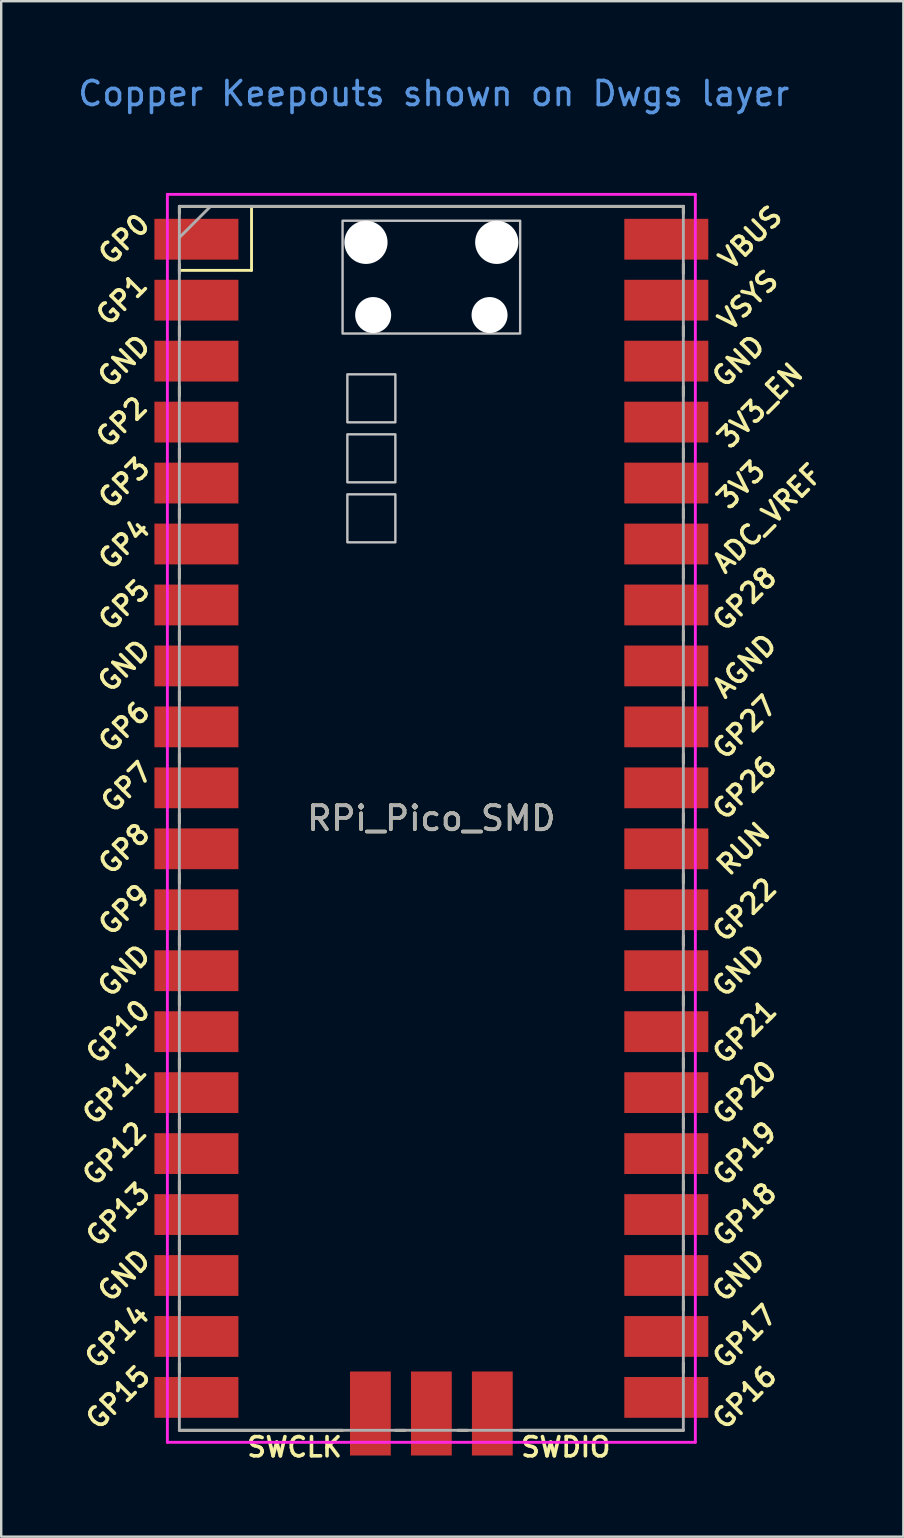
<source format=kicad_pcb>
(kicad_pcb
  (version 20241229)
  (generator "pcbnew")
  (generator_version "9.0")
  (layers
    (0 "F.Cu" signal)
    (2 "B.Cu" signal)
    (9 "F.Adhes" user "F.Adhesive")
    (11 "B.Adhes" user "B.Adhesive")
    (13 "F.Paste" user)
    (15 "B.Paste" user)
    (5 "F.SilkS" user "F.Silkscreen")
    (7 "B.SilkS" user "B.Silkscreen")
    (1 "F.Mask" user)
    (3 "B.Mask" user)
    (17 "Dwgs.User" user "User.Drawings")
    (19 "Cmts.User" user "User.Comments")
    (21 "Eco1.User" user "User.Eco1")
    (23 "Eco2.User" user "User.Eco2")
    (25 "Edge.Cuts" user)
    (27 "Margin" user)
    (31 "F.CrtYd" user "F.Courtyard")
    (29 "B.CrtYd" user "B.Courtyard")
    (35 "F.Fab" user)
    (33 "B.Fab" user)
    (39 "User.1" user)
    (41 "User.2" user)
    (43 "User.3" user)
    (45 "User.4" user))
  (footprint "RPi_Pico_SMD"
    (layer "F.Cu")
    (at 14.924 31.048)
    (property "Reference" "RPi_Pico_SMD" (at 0 0 0) (layer "F.SilkS") (effects (font (size 1 1) (thickness 0.15))))
    (attr through_hole)
    (fp_line (start -10.5 -25.5) (end -10.5 -25.2) (stroke (width 0.12) (type solid)) (layer "F.SilkS"))
    (fp_line (start -10.5 -25.5) (end 10.5 -25.5) (stroke (width 0.12) (type solid)) (layer "F.SilkS"))
    (fp_line (start -10.5 -23.1) (end -10.5 -22.7) (stroke (width 0.12) (type solid)) (layer "F.SilkS"))
    (fp_line (start -10.5 -22.833) (end -7.493 -22.833) (stroke (width 0.12) (type solid)) (layer "F.SilkS"))
    (fp_line (start -10.5 -20.5) (end -10.5 -20.1) (stroke (width 0.12) (type solid)) (layer "F.SilkS"))
    (fp_line (start -10.5 -18) (end -10.5 -17.6) (stroke (width 0.12) (type solid)) (layer "F.SilkS"))
    (fp_line (start -10.5 -15.4) (end -10.5 -15) (stroke (width 0.12) (type solid)) (layer "F.SilkS"))
    (fp_line (start -10.5 -12.9) (end -10.5 -12.5) (stroke (width 0.12) (type solid)) (layer "F.SilkS"))
    (fp_line (start -10.5 -10.4) (end -10.5 -10) (stroke (width 0.12) (type solid)) (layer "F.SilkS"))
    (fp_line (start -10.5 -7.8) (end -10.5 -7.4) (stroke (width 0.12) (type solid)) (layer "F.SilkS"))
    (fp_line (start -10.5 -5.3) (end -10.5 -4.9) (stroke (width 0.12) (type solid)) (layer "F.SilkS"))
    (fp_line (start -10.5 -2.7) (end -10.5 -2.3) (stroke (width 0.12) (type solid)) (layer "F.SilkS"))
    (fp_line (start -10.5 -0.2) (end -10.5 0.2) (stroke (width 0.12) (type solid)) (layer "F.SilkS"))
    (fp_line (start -10.5 2.3) (end -10.5 2.7) (stroke (width 0.12) (type solid)) (layer "F.SilkS"))
    (fp_line (start -10.5 4.9) (end -10.5 5.3) (stroke (width 0.12) (type solid)) (layer "F.SilkS"))
    (fp_line (start -10.5 7.4) (end -10.5 7.8) (stroke (width 0.12) (type solid)) (layer "F.SilkS"))
    (fp_line (start -10.5 10) (end -10.5 10.4) (stroke (width 0.12) (type solid)) (layer "F.SilkS"))
    (fp_line (start -10.5 12.5) (end -10.5 12.9) (stroke (width 0.12) (type solid)) (layer "F.SilkS"))
    (fp_line (start -10.5 15.1) (end -10.5 15.5) (stroke (width 0.12) (type solid)) (layer "F.SilkS"))
    (fp_line (start -10.5 17.6) (end -10.5 18) (stroke (width 0.12) (type solid)) (layer "F.SilkS"))
    (fp_line (start -10.5 20.1) (end -10.5 20.5) (stroke (width 0.12) (type solid)) (layer "F.SilkS"))
    (fp_line (start -10.5 22.7) (end -10.5 23.1) (stroke (width 0.12) (type solid)) (layer "F.SilkS"))
    (fp_line (start -7.493 -22.833) (end -7.493 -25.5) (stroke (width 0.12) (type solid)) (layer "F.SilkS"))
    (fp_line (start -3.7 25.5) (end -10.5 25.5) (stroke (width 0.12) (type solid)) (layer "F.SilkS"))
    (fp_line (start -1.5 25.5) (end -1.1 25.5) (stroke (width 0.12) (type solid)) (layer "F.SilkS"))
    (fp_line (start 1.1 25.5) (end 1.5 25.5) (stroke (width 0.12) (type solid)) (layer "F.SilkS"))
    (fp_line (start 10.5 -25.5) (end 10.5 -25.2) (stroke (width 0.12) (type solid)) (layer "F.SilkS"))
    (fp_line (start 10.5 -23.1) (end 10.5 -22.7) (stroke (width 0.12) (type solid)) (layer "F.SilkS"))
    (fp_line (start 10.5 -20.5) (end 10.5 -20.1) (stroke (width 0.12) (type solid)) (layer "F.SilkS"))
    (fp_line (start 10.5 -18) (end 10.5 -17.6) (stroke (width 0.12) (type solid)) (layer "F.SilkS"))
    (fp_line (start 10.5 -15.4) (end 10.5 -15) (stroke (width 0.12) (type solid)) (layer "F.SilkS"))
    (fp_line (start 10.5 -12.9) (end 10.5 -12.5) (stroke (width 0.12) (type solid)) (layer "F.SilkS"))
    (fp_line (start 10.5 -10.4) (end 10.5 -10) (stroke (width 0.12) (type solid)) (layer "F.SilkS"))
    (fp_line (start 10.5 -7.8) (end 10.5 -7.4) (stroke (width 0.12) (type solid)) (layer "F.SilkS"))
    (fp_line (start 10.5 -5.3) (end 10.5 -4.9) (stroke (width 0.12) (type solid)) (layer "F.SilkS"))
    (fp_line (start 10.5 -2.7) (end 10.5 -2.3) (stroke (width 0.12) (type solid)) (layer "F.SilkS"))
    (fp_line (start 10.5 -0.2) (end 10.5 0.2) (stroke (width 0.12) (type solid)) (layer "F.SilkS"))
    (fp_line (start 10.5 2.3) (end 10.5 2.7) (stroke (width 0.12) (type solid)) (layer "F.SilkS"))
    (fp_line (start 10.5 4.9) (end 10.5 5.3) (stroke (width 0.12) (type solid)) (layer "F.SilkS"))
    (fp_line (start 10.5 7.4) (end 10.5 7.8) (stroke (width 0.12) (type solid)) (layer "F.SilkS"))
    (fp_line (start 10.5 10) (end 10.5 10.4) (stroke (width 0.12) (type solid)) (layer "F.SilkS"))
    (fp_line (start 10.5 12.5) (end 10.5 12.9) (stroke (width 0.12) (type solid)) (layer "F.SilkS"))
    (fp_line (start 10.5 15.1) (end 10.5 15.5) (stroke (width 0.12) (type solid)) (layer "F.SilkS"))
    (fp_line (start 10.5 17.6) (end 10.5 18) (stroke (width 0.12) (type solid)) (layer "F.SilkS"))
    (fp_line (start 10.5 20.1) (end 10.5 20.5) (stroke (width 0.12) (type solid)) (layer "F.SilkS"))
    (fp_line (start 10.5 22.7) (end 10.5 23.1) (stroke (width 0.12) (type solid)) (layer "F.SilkS"))
    (fp_line (start 10.5 25.5) (end 3.7 25.5) (stroke (width 0.12) (type solid)) (layer "F.SilkS"))
    (fp_poly (pts (xy -1.5 -16.5) (xy -3.5 -16.5) (xy -3.5 -18.5) (xy -1.5 -18.5)) (stroke (width 0.1) (type solid)) (fill no) (layer "Dwgs.User"))
    (fp_poly (pts (xy -1.5 -14) (xy -3.5 -14) (xy -3.5 -16) (xy -1.5 -16)) (stroke (width 0.1) (type solid)) (fill no) (layer "Dwgs.User"))
    (fp_poly (pts (xy -1.5 -11.5) (xy -3.5 -11.5) (xy -3.5 -13.5) (xy -1.5 -13.5)) (stroke (width 0.1) (type solid)) (fill no) (layer "Dwgs.User"))
    (fp_poly (pts (xy 3.7 -20.2) (xy -3.7 -20.2) (xy -3.7 -24.9) (xy 3.7 -24.9)) (stroke (width 0.1) (type solid)) (fill no) (layer "Dwgs.User"))
    (fp_line (start -11 -26) (end 11 -26) (stroke (width 0.12) (type solid)) (layer "F.CrtYd"))
    (fp_line (start -11 26) (end -11 -26) (stroke (width 0.12) (type solid)) (layer "F.CrtYd"))
    (fp_line (start 11 -26) (end 11 26) (stroke (width 0.12) (type solid)) (layer "F.CrtYd"))
    (fp_line (start 11 26) (end -11 26) (stroke (width 0.12) (type solid)) (layer "F.CrtYd"))
    (fp_line (start -10.5 -25.5) (end 10.5 -25.5) (stroke (width 0.12) (type solid)) (layer "F.Fab"))
    (fp_line (start -10.5 -24.2) (end -9.2 -25.5) (stroke (width 0.12) (type solid)) (layer "F.Fab"))
    (fp_line (start -10.5 25.5) (end -10.5 -25.5) (stroke (width 0.12) (type solid)) (layer "F.Fab"))
    (fp_line (start 10.5 -25.5) (end 10.5 25.5) (stroke (width 0.12) (type solid)) (layer "F.Fab"))
    (fp_line (start 10.5 25.5) (end -10.5 25.5) (stroke (width 0.12) (type solid)) (layer "F.Fab"))
    (fp_text user "GP8" (at -12.8 1.27 45) (layer "F.SilkS") (effects (font (size 0.8 0.8) (thickness 0.15))))
    (fp_text user "GP0" (at -12.8 -24.13 45) (layer "F.SilkS") (effects (font (size 0.8 0.8) (thickness 0.15))))
    (fp_text user "AGND" (at 13.054 -6.35 45) (layer "F.SilkS") (effects (font (size 0.8 0.8) (thickness 0.15))))
    (fp_text user "GP19" (at 13.054 13.97 45) (layer "F.SilkS") (effects (font (size 0.8 0.8) (thickness 0.15))))
    (fp_text user "GP15" (at -13.054 24.13 45) (layer "F.SilkS") (effects (font (size 0.8 0.8) (thickness 0.15))))
    (fp_text user "GP9" (at -12.8 3.81 45) (layer "F.SilkS") (effects (font (size 0.8 0.8) (thickness 0.15))))
    (fp_text user "GP26" (at 13.054 -1.27 45) (layer "F.SilkS") (effects (font (size 0.8 0.8) (thickness 0.15))))
    (fp_text user "GND" (at -12.8 6.35 45) (layer "F.SilkS") (effects (font (size 0.8 0.8) (thickness 0.15))))
    (fp_text user "VSYS" (at 13.2 -21.59 45) (layer "F.SilkS") (effects (font (size 0.8 0.8) (thickness 0.15))))
    (fp_text user "RUN" (at 13 1.27 45) (layer "F.SilkS") (effects (font (size 0.8 0.8) (thickness 0.15))))
    (fp_text user "GP11" (at -13.2 11.43 45) (layer "F.SilkS") (effects (font (size 0.8 0.8) (thickness 0.15))))
    (fp_text user "GP6" (at -12.8 -3.81 45) (layer "F.SilkS") (effects (font (size 0.8 0.8) (thickness 0.15))))
    (fp_text user "GP17" (at 13.054 21.59 45) (layer "F.SilkS") (effects (font (size 0.8 0.8) (thickness 0.15))))
    (fp_text user "GND" (at -12.8 -19.05 45) (layer "F.SilkS") (effects (font (size 0.8 0.8) (thickness 0.15))))
    (fp_text user "3V3_EN" (at 13.7 -17.2 45) (layer "F.SilkS") (effects (font (size 0.8 0.8) (thickness 0.15))))
    (fp_text user "GP3" (at -12.8 -13.97 45) (layer "F.SilkS") (effects (font (size 0.8 0.8) (thickness 0.15))))
    (fp_text user "SWDIO" (at 5.6 26.2 0) (layer "F.SilkS") (effects (font (size 0.8 0.8) (thickness 0.15))))
    (fp_text user "GP4" (at -12.8 -11.43 45) (layer "F.SilkS") (effects (font (size 0.8 0.8) (thickness 0.15))))
    (fp_text user "GP7" (at -12.7 -1.3 45) (layer "F.SilkS") (effects (font (size 0.8 0.8) (thickness 0.15))))
    (fp_text user "GP22" (at 13.054 3.81 45) (layer "F.SilkS") (effects (font (size 0.8 0.8) (thickness 0.15))))
    (fp_text user "GP18" (at 13.054 16.51 45) (layer "F.SilkS") (effects (font (size 0.8 0.8) (thickness 0.15))))
    (fp_text user "GP10" (at -13.054 8.89 45) (layer "F.SilkS") (effects (font (size 0.8 0.8) (thickness 0.15))))
    (fp_text user "GP12" (at -13.2 13.97 45) (layer "F.SilkS") (effects (font (size 0.8 0.8) (thickness 0.15))))
    (fp_text user "GP28" (at 13.054 -9.144 45) (layer "F.SilkS") (effects (font (size 0.8 0.8) (thickness 0.15))))
    (fp_text user "GND" (at -12.8 -6.35 45) (layer "F.SilkS") (effects (font (size 0.8 0.8) (thickness 0.15))))
    (fp_text user "GP2" (at -12.9 -16.51 45) (layer "F.SilkS") (effects (font (size 0.8 0.8) (thickness 0.15))))
    (fp_text user "GP1" (at -12.9 -21.6 45) (layer "F.SilkS") (effects (font (size 0.8 0.8) (thickness 0.15))))
    (fp_text user "ADC_VREF" (at 14 -12.5 45) (layer "F.SilkS") (effects (font (size 0.8 0.8) (thickness 0.15))))
    (fp_text user "GND" (at -12.8 19.05 45) (layer "F.SilkS") (effects (font (size 0.8 0.8) (thickness 0.15))))
    (fp_text user "GND" (at 12.8 19.05 45) (layer "F.SilkS") (effects (font (size 0.8 0.8) (thickness 0.15))))
    (fp_text user "GP20" (at 13.054 11.43 45) (layer "F.SilkS") (effects (font (size 0.8 0.8) (thickness 0.15))))
    (fp_text user "GND" (at 12.8 6.35 45) (layer "F.SilkS") (effects (font (size 0.8 0.8) (thickness 0.15))))
    (fp_text user "VBUS" (at 13.3 -24.2 45) (layer "F.SilkS") (effects (font (size 0.8 0.8) (thickness 0.15))))
    (fp_text user "GP13" (at -13.054 16.51 45) (layer "F.SilkS") (effects (font (size 0.8 0.8) (thickness 0.15))))
    (fp_text user "GP5" (at -12.8 -8.89 45) (layer "F.SilkS") (effects (font (size 0.8 0.8) (thickness 0.15))))
    (fp_text user "SWCLK" (at -5.7 26.2 0) (layer "F.SilkS") (effects (font (size 0.8 0.8) (thickness 0.15))))
    (fp_text user "GP27" (at 13.054 -3.8 45) (layer "F.SilkS") (effects (font (size 0.8 0.8) (thickness 0.15))))
    (fp_text user "GP16" (at 13.054 24.13 45) (layer "F.SilkS") (effects (font (size 0.8 0.8) (thickness 0.15))))
    (fp_text user "3V3" (at 12.9 -13.9 45) (layer "F.SilkS") (effects (font (size 0.8 0.8) (thickness 0.15))))
    (fp_text user "GP14" (at -13.1 21.59 45) (layer "F.SilkS") (effects (font (size 0.8 0.8) (thickness 0.15))))
    (fp_text user "GND" (at 12.8 -19.05 45) (layer "F.SilkS") (effects (font (size 0.8 0.8) (thickness 0.15))))
    (fp_text user "GP21" (at 13.054 8.9 45) (layer "F.SilkS") (effects (font (size 0.8 0.8) (thickness 0.15))))
    (fp_text user "Copper Keepouts shown on Dwgs layer" (at 0.1 -30.2 0) (layer "Cmts.User") (effects (font (size 1 1) (thickness 0.15))))
    (fp_text user "${REFERENCE}" (at 0 0 180) (layer "F.Fab") (effects (font (size 1 1) (thickness 0.15))))
    (pad "" np_thru_hole oval (at -2.725 -24) (size 1.8 1.8) (drill 1.8) (layers "*.Cu" "*.Mask"))
    (pad "" np_thru_hole oval (at -2.425 -20.97) (size 1.5 1.5) (drill 1.5) (layers "*.Cu" "*.Mask"))
    (pad "" np_thru_hole oval (at 2.425 -20.97) (size 1.5 1.5) (drill 1.5) (layers "*.Cu" "*.Mask"))
    (pad "" np_thru_hole oval (at 2.725 -24) (size 1.8 1.8) (drill 1.8) (layers "*.Cu" "*.Mask"))
    (pad "1" smd rect (at -8.89 -24.13) (size 3.5 1.7) (drill (offset -0.9 0)) (layers "F.Cu" "F.Mask" "F.Paste"))
    (pad "2" smd rect (at -8.89 -21.59) (size 3.5 1.7) (drill (offset -0.9 0)) (layers "F.Cu" "F.Mask" "F.Paste"))
    (pad "3" smd rect (at -8.89 -19.05) (size 3.5 1.7) (drill (offset -0.9 0)) (layers "F.Cu" "F.Mask" "F.Paste"))
    (pad "4" smd rect (at -8.89 -16.51) (size 3.5 1.7) (drill (offset -0.9 0)) (layers "F.Cu" "F.Mask" "F.Paste"))
    (pad "5" smd rect (at -8.89 -13.97) (size 3.5 1.7) (drill (offset -0.9 0)) (layers "F.Cu" "F.Mask" "F.Paste"))
    (pad "6" smd rect (at -8.89 -11.43) (size 3.5 1.7) (drill (offset -0.9 0)) (layers "F.Cu" "F.Mask" "F.Paste"))
    (pad "7" smd rect (at -8.89 -8.89) (size 3.5 1.7) (drill (offset -0.9 0)) (layers "F.Cu" "F.Mask" "F.Paste"))
    (pad "8" smd rect (at -8.89 -6.35) (size 3.5 1.7) (drill (offset -0.9 0)) (layers "F.Cu" "F.Mask" "F.Paste"))
    (pad "9" smd rect (at -8.89 -3.81) (size 3.5 1.7) (drill (offset -0.9 0)) (layers "F.Cu" "F.Mask" "F.Paste"))
    (pad "10" smd rect (at -8.89 -1.27) (size 3.5 1.7) (drill (offset -0.9 0)) (layers "F.Cu" "F.Mask" "F.Paste"))
    (pad "11" smd rect (at -8.89 1.27) (size 3.5 1.7) (drill (offset -0.9 0)) (layers "F.Cu" "F.Mask" "F.Paste"))
    (pad "12" smd rect (at -8.89 3.81) (size 3.5 1.7) (drill (offset -0.9 0)) (layers "F.Cu" "F.Mask" "F.Paste"))
    (pad "13" smd rect (at -8.89 6.35) (size 3.5 1.7) (drill (offset -0.9 0)) (layers "F.Cu" "F.Mask" "F.Paste"))
    (pad "14" smd rect (at -8.89 8.89) (size 3.5 1.7) (drill (offset -0.9 0)) (layers "F.Cu" "F.Mask" "F.Paste"))
    (pad "15" smd rect (at -8.89 11.43) (size 3.5 1.7) (drill (offset -0.9 0)) (layers "F.Cu" "F.Mask" "F.Paste"))
    (pad "16" smd rect (at -8.89 13.97) (size 3.5 1.7) (drill (offset -0.9 0)) (layers "F.Cu" "F.Mask" "F.Paste"))
    (pad "17" smd rect (at -8.89 16.51) (size 3.5 1.7) (drill (offset -0.9 0)) (layers "F.Cu" "F.Mask" "F.Paste"))
    (pad "18" smd rect (at -8.89 19.05) (size 3.5 1.7) (drill (offset -0.9 0)) (layers "F.Cu" "F.Mask" "F.Paste"))
    (pad "19" smd rect (at -8.89 21.59) (size 3.5 1.7) (drill (offset -0.9 0)) (layers "F.Cu" "F.Mask" "F.Paste"))
    (pad "20" smd rect (at -8.89 24.13) (size 3.5 1.7) (drill (offset -0.9 0)) (layers "F.Cu" "F.Mask" "F.Paste"))
    (pad "21" smd rect (at 8.89 24.13) (size 3.5 1.7) (drill (offset 0.9 0)) (layers "F.Cu" "F.Mask" "F.Paste"))
    (pad "22" smd rect (at 8.89 21.59) (size 3.5 1.7) (drill (offset 0.9 0)) (layers "F.Cu" "F.Mask" "F.Paste"))
    (pad "23" smd rect (at 8.89 19.05) (size 3.5 1.7) (drill (offset 0.9 0)) (layers "F.Cu" "F.Mask" "F.Paste"))
    (pad "24" smd rect (at 8.89 16.51) (size 3.5 1.7) (drill (offset 0.9 0)) (layers "F.Cu" "F.Mask" "F.Paste"))
    (pad "25" smd rect (at 8.89 13.97) (size 3.5 1.7) (drill (offset 0.9 0)) (layers "F.Cu" "F.Mask" "F.Paste"))
    (pad "26" smd rect (at 8.89 11.43) (size 3.5 1.7) (drill (offset 0.9 0)) (layers "F.Cu" "F.Mask" "F.Paste"))
    (pad "27" smd rect (at 8.89 8.89) (size 3.5 1.7) (drill (offset 0.9 0)) (layers "F.Cu" "F.Mask" "F.Paste"))
    (pad "28" smd rect (at 8.89 6.35) (size 3.5 1.7) (drill (offset 0.9 0)) (layers "F.Cu" "F.Mask" "F.Paste"))
    (pad "29" smd rect (at 8.89 3.81) (size 3.5 1.7) (drill (offset 0.9 0)) (layers "F.Cu" "F.Mask" "F.Paste"))
    (pad "30" smd rect (at 8.89 1.27) (size 3.5 1.7) (drill (offset 0.9 0)) (layers "F.Cu" "F.Mask" "F.Paste"))
    (pad "31" smd rect (at 8.89 -1.27) (size 3.5 1.7) (drill (offset 0.9 0)) (layers "F.Cu" "F.Mask" "F.Paste"))
    (pad "32" smd rect (at 8.89 -3.81) (size 3.5 1.7) (drill (offset 0.9 0)) (layers "F.Cu" "F.Mask" "F.Paste"))
    (pad "33" smd rect (at 8.89 -6.35) (size 3.5 1.7) (drill (offset 0.9 0)) (layers "F.Cu" "F.Mask" "F.Paste"))
    (pad "34" smd rect (at 8.89 -8.89) (size 3.5 1.7) (drill (offset 0.9 0)) (layers "F.Cu" "F.Mask" "F.Paste"))
    (pad "35" smd rect (at 8.89 -11.43) (size 3.5 1.7) (drill (offset 0.9 0)) (layers "F.Cu" "F.Mask" "F.Paste"))
    (pad "36" smd rect (at 8.89 -13.97) (size 3.5 1.7) (drill (offset 0.9 0)) (layers "F.Cu" "F.Mask" "F.Paste"))
    (pad "37" smd rect (at 8.89 -16.51) (size 3.5 1.7) (drill (offset 0.9 0)) (layers "F.Cu" "F.Mask" "F.Paste"))
    (pad "38" smd rect (at 8.89 -19.05) (size 3.5 1.7) (drill (offset 0.9 0)) (layers "F.Cu" "F.Mask" "F.Paste"))
    (pad "39" smd rect (at 8.89 -21.59) (size 3.5 1.7) (drill (offset 0.9 0)) (layers "F.Cu" "F.Mask" "F.Paste"))
    (pad "40" smd rect (at 8.89 -24.13) (size 3.5 1.7) (drill (offset 0.9 0)) (layers "F.Cu" "F.Mask" "F.Paste"))
    (pad "41" smd rect (at -2.54 23.9 90) (size 3.5 1.7) (drill (offset -0.9 0)) (layers "F.Cu" "F.Mask" "F.Paste"))
    (pad "42" smd rect (at 0 23.9 90) (size 3.5 1.7) (drill (offset -0.9 0)) (layers "F.Cu" "F.Mask" "F.Paste"))
    (pad "43" smd rect (at 2.54 23.9 90) (size 3.5 1.7) (drill (offset -0.9 0)) (layers "F.Cu" "F.Mask" "F.Paste")))
  (gr_rect
    (start -3 -3)
    (end 34.591 60.98)
    (stroke (width 0.1) (type default))
    (fill no)
    (layer "Edge.Cuts")))
</source>
